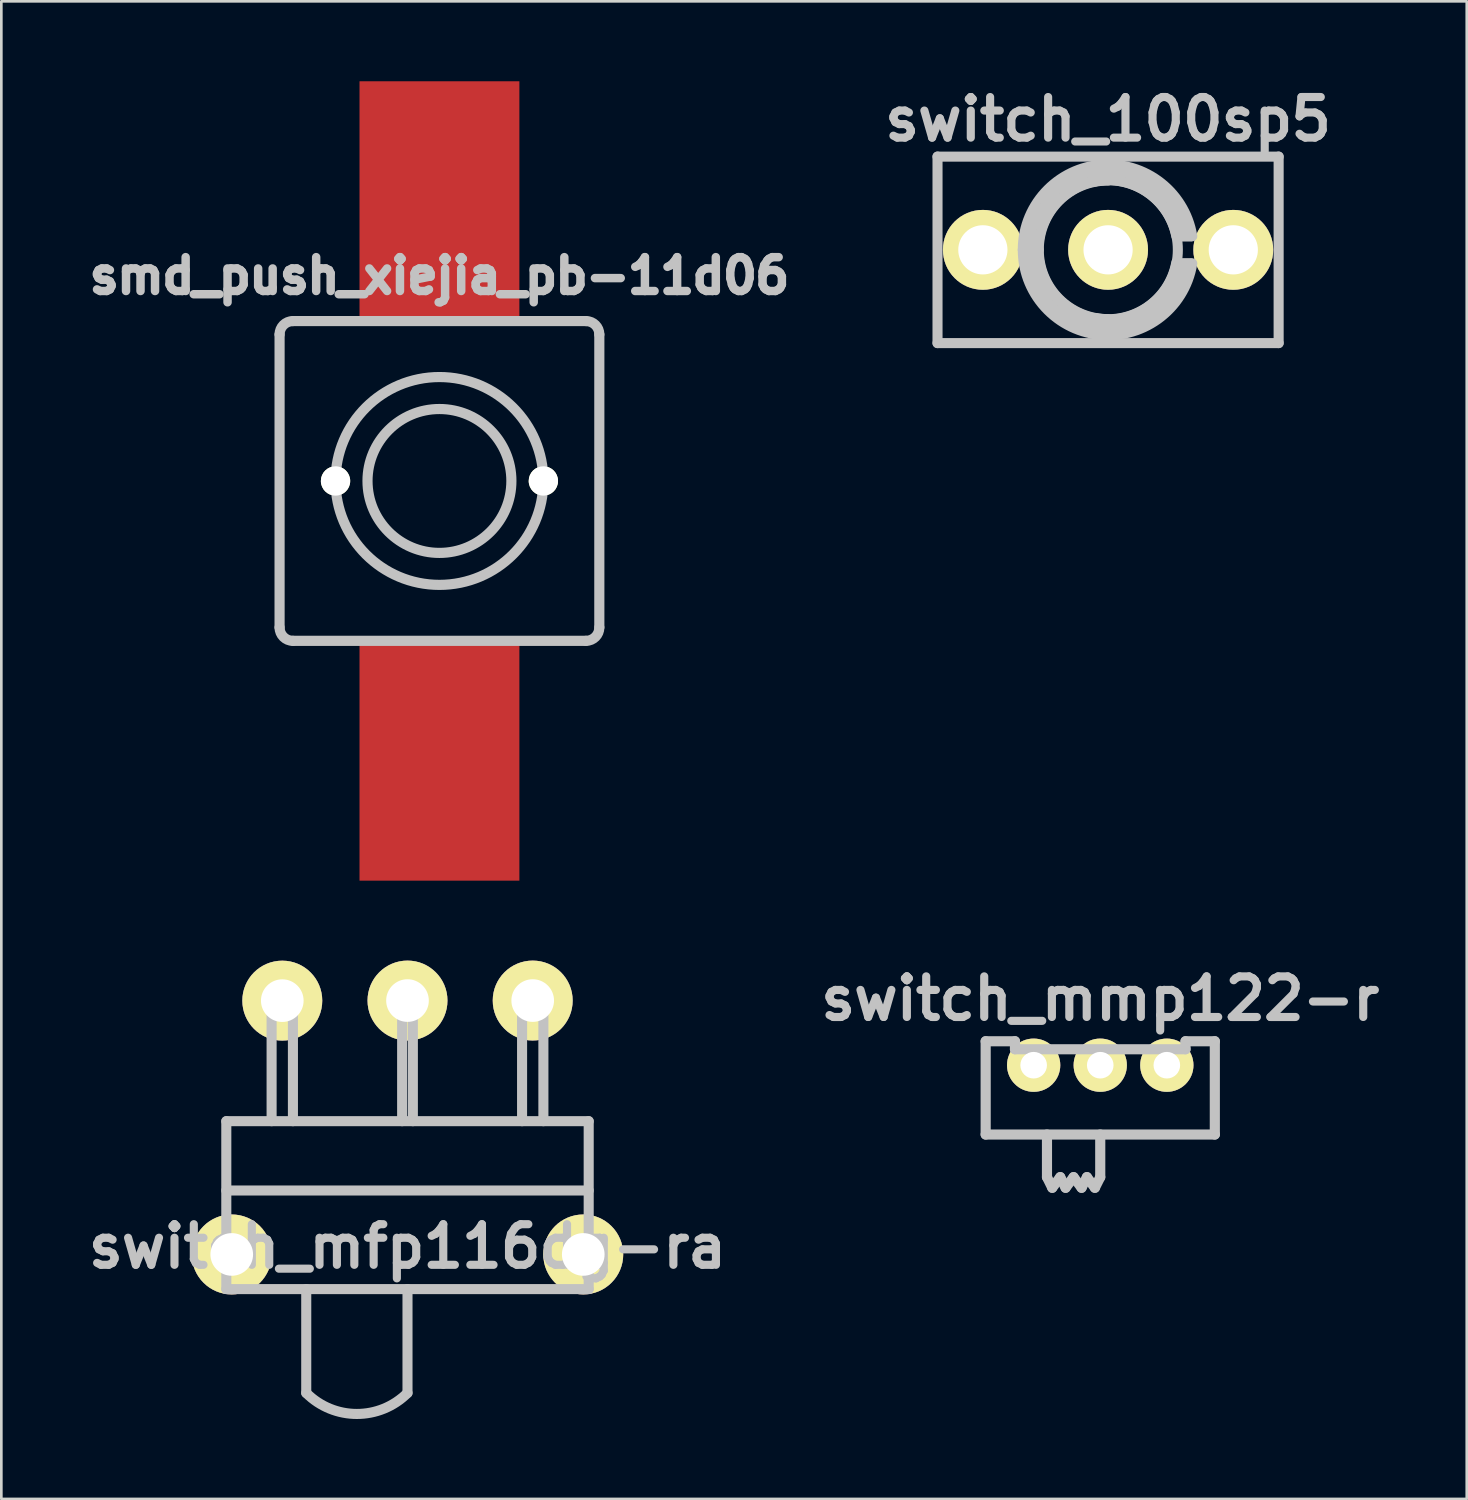
<source format=kicad_pcb>
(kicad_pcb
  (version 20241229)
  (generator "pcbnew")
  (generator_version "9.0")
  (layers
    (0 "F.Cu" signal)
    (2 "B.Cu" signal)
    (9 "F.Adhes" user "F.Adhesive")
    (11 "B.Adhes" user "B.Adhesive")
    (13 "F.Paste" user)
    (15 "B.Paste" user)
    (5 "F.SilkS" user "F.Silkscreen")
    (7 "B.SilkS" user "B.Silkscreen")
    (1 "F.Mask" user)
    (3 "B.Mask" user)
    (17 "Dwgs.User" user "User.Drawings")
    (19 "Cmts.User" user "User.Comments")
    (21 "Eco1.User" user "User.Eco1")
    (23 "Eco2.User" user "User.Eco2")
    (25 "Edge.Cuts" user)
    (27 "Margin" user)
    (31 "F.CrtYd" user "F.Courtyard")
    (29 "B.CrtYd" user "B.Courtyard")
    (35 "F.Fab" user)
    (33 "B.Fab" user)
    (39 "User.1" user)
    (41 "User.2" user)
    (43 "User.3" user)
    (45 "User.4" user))
  (footprint "smd_push_xiejia_pb-11d06"
    (layer "F.Cu")
    (at 13.442 15)
    (property "Reference" "smd_push_xiejia_pb-11d06" (at 0 -7.7 0) (layer "Dwgs.User") (effects (font (size 1.27 1.27) (thickness 0.318))))
    (attr through_hole)
    (fp_line (start -6 5.5) (end -6 -5.5) (stroke (width 0.381) (type solid)) (layer "Dwgs.User"))
    (fp_line (start -5.5 -6) (end 5.5 -6) (stroke (width 0.381) (type solid)) (layer "Dwgs.User"))
    (fp_line (start 5.5 6) (end -5.5 6) (stroke (width 0.381) (type solid)) (layer "Dwgs.User"))
    (fp_line (start 6 -5.5) (end 6 5.5) (stroke (width 0.381) (type solid)) (layer "Dwgs.User"))
    (fp_arc (start -6 -5.5) (mid -5.853553 -5.853553) (end -5.5 -6) (stroke (width 0.381) (type solid)) (layer "Dwgs.User"))
    (fp_arc (start -5.5 6) (mid -5.853553 5.853553) (end -6 5.5) (stroke (width 0.381) (type solid)) (layer "Dwgs.User"))
    (fp_arc (start 5.5 -6) (mid 5.853553 -5.853553) (end 6 -5.5) (stroke (width 0.381) (type solid)) (layer "Dwgs.User"))
    (fp_arc (start 6 5.5) (mid 5.853553 5.853553) (end 5.5 6) (stroke (width 0.381) (type solid)) (layer "Dwgs.User"))
    (fp_circle (center 0 0) (end 2.7 0) (stroke (width 0.381) (type solid)) (fill no) (layer "Dwgs.User"))
    (fp_circle (center 0 0) (end 3.9 0) (stroke (width 0.381) (type solid)) (fill no) (layer "Dwgs.User"))
    (pad "" np_thru_hole circle (at -3.9 0) (size 1.1 1.1) (drill 1.1) (layers "*.Cu" "*.Mask" "F.SilkS"))
    (pad "" np_thru_hole circle (at 3.9 0) (size 1.1 1.1) (drill 1.1) (layers "*.Cu" "*.Mask" "F.SilkS"))
    (pad "1" smd rect (at 0 -10.5) (size 6 9) (layers "F.Cu" "F.Mask" "F.Paste"))
    (pad "2" smd rect (at 0 10.5) (size 6 9) (layers "F.Cu" "F.Mask" "F.Paste")))
  (footprint "switch_100sp5"
    (layer "F.Cu")
    (at 38.535 6.326)
    (property "Reference" "switch_100sp5" (at 0 -4.9 0) (layer "Dwgs.User") (effects (font (size 1.524 1.524) (thickness 0.305))))
    (attr through_hole)
    (fp_line (start -6.401 -3.498) (end 6.401 -3.498) (stroke (width 0.378) (type solid)) (layer "Dwgs.User"))
    (fp_line (start -6.401 3.5) (end -6.401 -3.5) (stroke (width 0.378) (type solid)) (layer "Dwgs.User"))
    (fp_line (start 2.601 -0.5) (end 3.099 -0.5) (stroke (width 0.378) (type solid)) (layer "Dwgs.User"))
    (fp_line (start 2.601 0.5) (end 3.099 0.5) (stroke (width 0.378) (type solid)) (layer "Dwgs.User"))
    (fp_line (start 6.401 -3.5) (end 6.401 3.5) (stroke (width 0.378) (type solid)) (layer "Dwgs.User"))
    (fp_line (start 6.401 3.5) (end -6.401 3.5) (stroke (width 0.378) (type solid)) (layer "Dwgs.User"))
    (fp_arc (start -3.2004 0) (mid -2.263025 -2.263025) (end 0 -3.2004) (stroke (width 0.37846) (type solid)) (layer "Dwgs.User"))
    (fp_arc (start -2.90068 0) (mid -2.05109 -2.05109) (end 0 -2.90068) (stroke (width 0.37846) (type solid)) (layer "Dwgs.User"))
    (fp_arc (start -2.60096 0) (mid -1.839156 -1.839156) (end 0 -2.60096) (stroke (width 0.37846) (type solid)) (layer "Dwgs.User"))
    (fp_arc (start -0.70104 -2.82956) (mid 1.505091 -2.496511) (end 2.82956 -0.70104) (stroke (width 0.37846) (type solid)) (layer "Dwgs.User"))
    (fp_arc (start -0.5207 -2.56032) (mid 1.442229 -2.17861) (end 2.56032 -0.5207) (stroke (width 0.37846) (type solid)) (layer "Dwgs.User"))
    (fp_arc (start -0.51054 -3.15976) (mid 1.873281 -2.595294) (end 3.15976 -0.51054) (stroke (width 0.37846) (type solid)) (layer "Dwgs.User"))
    (fp_arc (start 0 2.60096) (mid -1.839156 1.839156) (end -2.60096 0) (stroke (width 0.37846) (type solid)) (layer "Dwgs.User"))
    (fp_arc (start 0 2.90068) (mid -2.05109 2.05109) (end -2.90068 0) (stroke (width 0.37846) (type solid)) (layer "Dwgs.User"))
    (fp_arc (start 0 3.2004) (mid -2.263025 2.263025) (end -3.2004 0) (stroke (width 0.37846) (type solid)) (layer "Dwgs.User"))
    (fp_arc (start 2.56032 0.48006) (mid 1.470966 2.149873) (end -0.48006 2.56032) (stroke (width 0.37846) (type solid)) (layer "Dwgs.User"))
    (fp_arc (start 2.83972 0.70104) (mid 1.512275 2.503695) (end -0.70104 2.83972) (stroke (width 0.37846) (type solid)) (layer "Dwgs.User"))
    (fp_arc (start 3.15976 0.51054) (mid 1.873281 2.595294) (end -0.51054 3.15976) (stroke (width 0.37846) (type solid)) (layer "Dwgs.User"))
    (fp_circle (center 0 0) (end -2.601 0.3) (stroke (width 0.378) (type solid)) (fill no) (layer "Dwgs.User"))
    (pad "1" thru_hole circle (at -4.699 0) (size 2.997 2.997) (drill 1.847) (layers "*.Cu" "*.Mask" "F.SilkS"))
    (pad "2" thru_hole circle (at 0 0) (size 2.997 2.997) (drill 1.847) (layers "*.Cu" "*.Mask" "F.SilkS"))
    (pad "3" thru_hole circle (at 4.699 0) (size 2.997 2.997) (drill 1.847) (layers "*.Cu" "*.Mask" "F.SilkS")))
  (footprint "switch_mmp122-r"
    (layer "F.Cu")
    (at 38.241 36.926)
    (property "Reference" "switch_mmp122-r" (at 0 -2.499 0) (layer "Dwgs.User") (effects (font (size 1.524 1.524) (thickness 0.305))))
    (attr through_hole)
    (fp_line (start -4.3 -0.899) (end -4.3 2.601) (stroke (width 0.381) (type solid)) (layer "Dwgs.User"))
    (fp_line (start -4.3 2.601) (end 4.3 2.601) (stroke (width 0.381) (type solid)) (layer "Dwgs.User"))
    (fp_line (start -3.2 -0.899) (end -4.3 -0.899) (stroke (width 0.381) (type solid)) (layer "Dwgs.User"))
    (fp_line (start -3.2 -0.599) (end -3.2 -0.899) (stroke (width 0.381) (type solid)) (layer "Dwgs.User"))
    (fp_line (start -1.999 2.601) (end -1.999 4.201) (stroke (width 0.381) (type solid)) (layer "Dwgs.User"))
    (fp_line (start -1.999 4.201) (end -1.801 4.6) (stroke (width 0.381) (type solid)) (layer "Dwgs.User"))
    (fp_line (start -1.801 4.6) (end -1.501 4.201) (stroke (width 0.381) (type solid)) (layer "Dwgs.User"))
    (fp_line (start -1.501 4.201) (end -1.3 4.6) (stroke (width 0.381) (type solid)) (layer "Dwgs.User"))
    (fp_line (start -1.3 4.6) (end -1.001 4.201) (stroke (width 0.381) (type solid)) (layer "Dwgs.User"))
    (fp_line (start -1.001 4.201) (end -0.701 4.6) (stroke (width 0.381) (type solid)) (layer "Dwgs.User"))
    (fp_line (start -0.701 4.6) (end -0.5 4.201) (stroke (width 0.381) (type solid)) (layer "Dwgs.User"))
    (fp_line (start -0.5 4.201) (end -0.201 4.6) (stroke (width 0.381) (type solid)) (layer "Dwgs.User"))
    (fp_line (start -0.201 4.6) (end 0 4.201) (stroke (width 0.381) (type solid)) (layer "Dwgs.User"))
    (fp_line (start 0 2.601) (end 0 4.201) (stroke (width 0.381) (type solid)) (layer "Dwgs.User"))
    (fp_line (start 3.2 -0.899) (end 3.2 -0.599) (stroke (width 0.381) (type solid)) (layer "Dwgs.User"))
    (fp_line (start 3.2 -0.599) (end -3.2 -0.599) (stroke (width 0.381) (type solid)) (layer "Dwgs.User"))
    (fp_line (start 4.3 -0.899) (end 3.2 -0.899) (stroke (width 0.381) (type solid)) (layer "Dwgs.User"))
    (fp_line (start 4.3 2.601) (end 4.3 -0.899) (stroke (width 0.381) (type solid)) (layer "Dwgs.User"))
    (pad "1" thru_hole circle (at -2.499 0) (size 1.999 1.999) (drill 0.998) (layers "*.Cu" "*.Mask" "F.SilkS"))
    (pad "2" thru_hole circle (at 0 0) (size 1.999 1.999) (drill 0.998) (layers "*.Cu" "*.Mask" "F.SilkS"))
    (pad "3" thru_hole circle (at 2.499 0) (size 1.999 1.999) (drill 0.998) (layers "*.Cu" "*.Mask" "F.SilkS")))
  (footprint "switch_mfp116dg-ra"
    (layer "F.Cu")
    (at 12.243 44.028)
    (property "Reference" "switch_mfp116dg-ra" (at 0 -0.3 0) (layer "Dwgs.User") (effects (font (size 1.524 1.524) (thickness 0.305))))
    (attr through_hole)
    (fp_line (start -6.8 -5.001) (end -6.8 1.3) (stroke (width 0.378) (type solid)) (layer "Dwgs.User"))
    (fp_line (start -6.8 -2.4) (end 6.8 -2.4) (stroke (width 0.378) (type solid)) (layer "Dwgs.User"))
    (fp_line (start -6.8 1.3) (end 6.8 1.3) (stroke (width 0.378) (type solid)) (layer "Dwgs.User"))
    (fp_line (start -5.1 -9.5) (end -5.1 -5.001) (stroke (width 0.378) (type solid)) (layer "Dwgs.User"))
    (fp_line (start -5.1 -9.5) (end -4.3 -9.5) (stroke (width 0.378) (type solid)) (layer "Dwgs.User"))
    (fp_line (start -4.3 -9.5) (end -4.3 -5.001) (stroke (width 0.378) (type solid)) (layer "Dwgs.User"))
    (fp_line (start -3.8 5.199) (end -3.8 1.3) (stroke (width 0.378) (type solid)) (layer "Dwgs.User"))
    (fp_line (start -0.201 -9.5) (end 0.201 -9.5) (stroke (width 0.378) (type solid)) (layer "Dwgs.User"))
    (fp_line (start -0.201 -5.001) (end -0.201 -9.5) (stroke (width 0.378) (type solid)) (layer "Dwgs.User"))
    (fp_line (start 0 5.199) (end 0 1.3) (stroke (width 0.378) (type solid)) (layer "Dwgs.User"))
    (fp_line (start 0.201 -9.5) (end 0.201 -5.001) (stroke (width 0.378) (type solid)) (layer "Dwgs.User"))
    (fp_line (start 4.3 -9.5) (end 4.3 -5.001) (stroke (width 0.378) (type solid)) (layer "Dwgs.User"))
    (fp_line (start 5.1 -9.5) (end 4.3 -9.5) (stroke (width 0.378) (type solid)) (layer "Dwgs.User"))
    (fp_line (start 5.1 -5.001) (end 5.1 -9.5) (stroke (width 0.378) (type solid)) (layer "Dwgs.User"))
    (fp_line (start 6.8 -5.001) (end -6.8 -5.001) (stroke (width 0.378) (type solid)) (layer "Dwgs.User"))
    (fp_line (start 6.8 1.3) (end 6.8 -5.001) (stroke (width 0.378) (type solid)) (layer "Dwgs.User"))
    (fp_arc (start 0 5.19938) (mid -1.89992 5.986353) (end -3.79984 5.19938) (stroke (width 0.37846) (type solid)) (layer "Dwgs.User"))
    (pad "" thru_hole circle (at -6.596 0) (size 3 3) (drill 1.6) (layers "*.Cu" "*.Mask" "F.SilkS"))
    (pad "" thru_hole circle (at 6.596 0) (size 3 3) (drill 1.6) (layers "*.Cu" "*.Mask" "F.SilkS"))
    (pad "1" thru_hole circle (at -4.699 -9.525) (size 3 3) (drill 1.6) (layers "*.Cu" "*.Mask" "F.SilkS"))
    (pad "2" thru_hole circle (at 0 -9.528) (size 3 3) (drill 1.6) (layers "*.Cu" "*.Mask" "F.SilkS"))
    (pad "3" thru_hole circle (at 4.699 -9.528) (size 3 3) (drill 1.6) (layers "*.Cu" "*.Mask" "F.SilkS")))
  (gr_rect
    (start -3 -3)
    (end 51.996 53.203)
    (stroke (width 0.1) (type default))
    (fill no)
    (layer "Edge.Cuts")))
</source>
